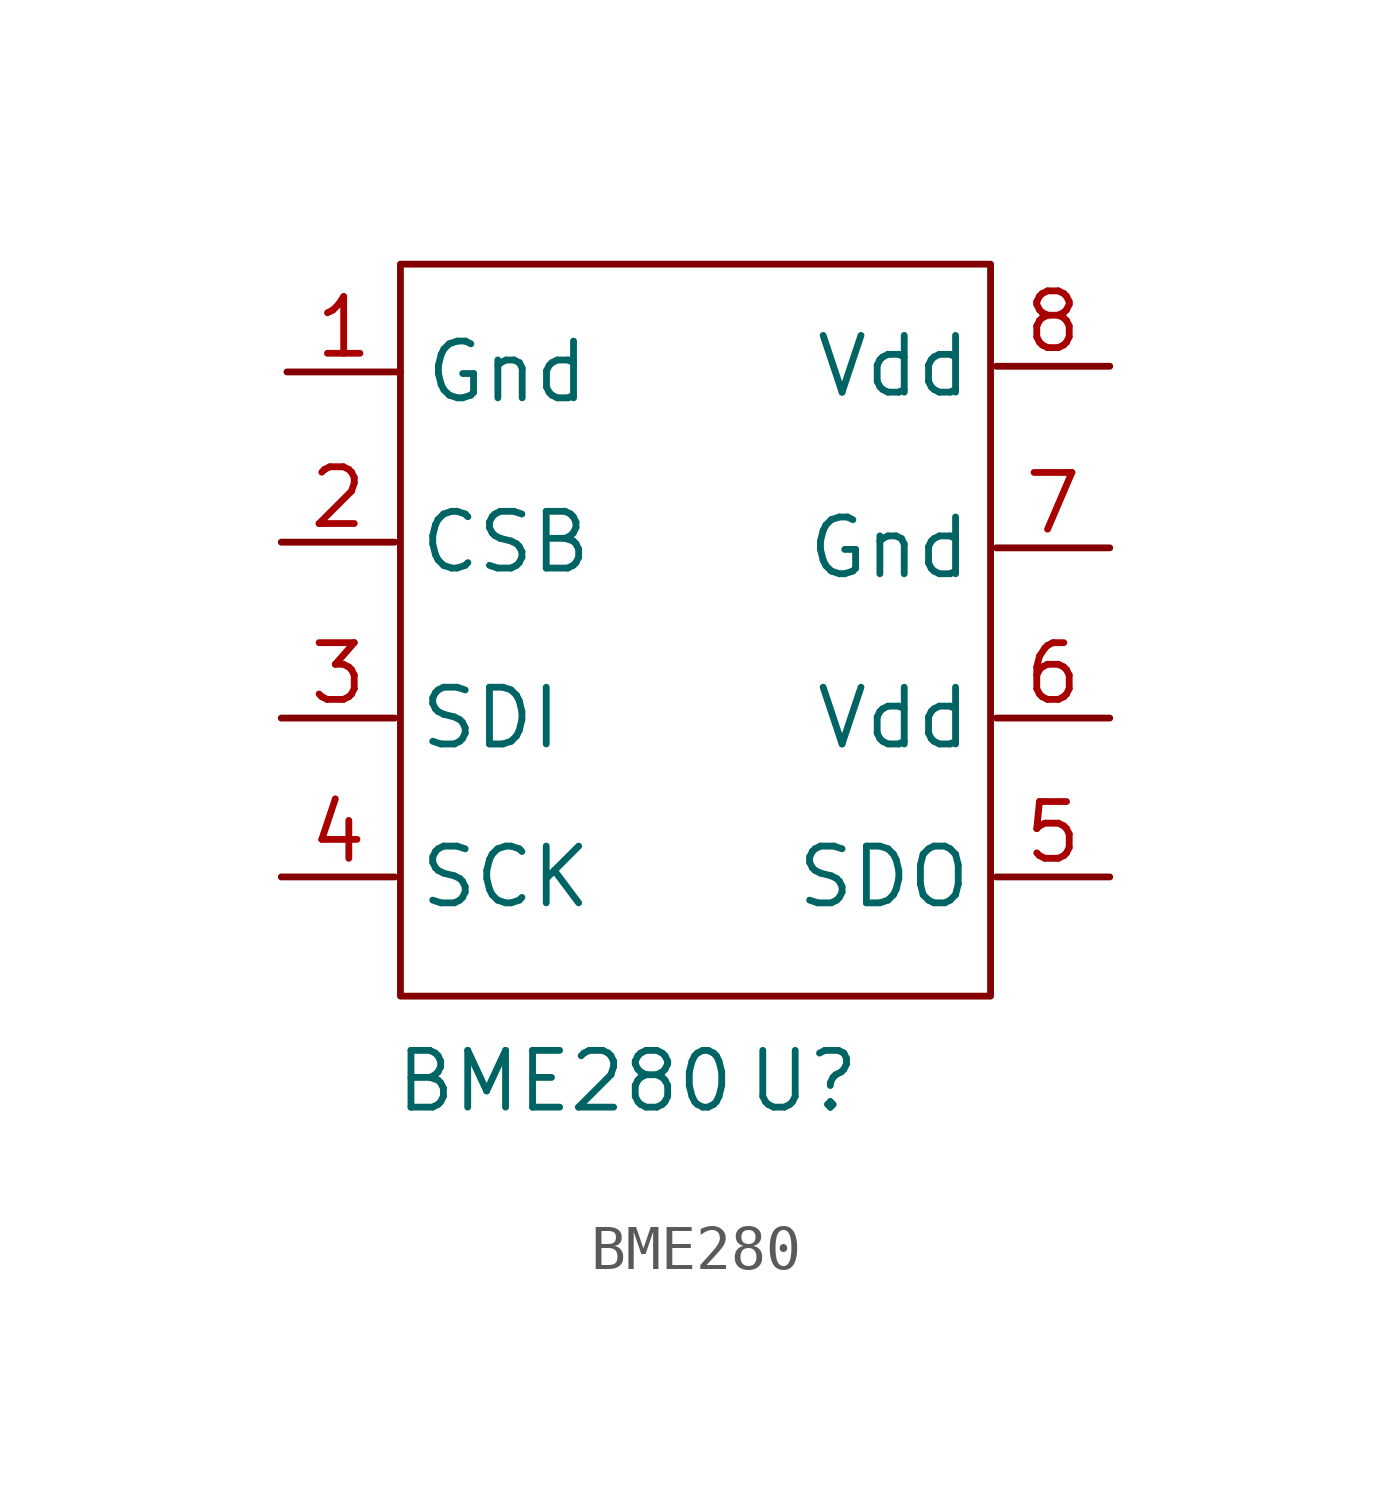
<source format=kicad_sym>
(kicad_symbol_lib
  (version 20211014)
  (generator kicad_symbol_editor)
  (symbol "BME280"
    (property "Reference" "U"
      (at 6.35 -16.002 0)
      (effects (font (size 1.27 1.27))))
    (property "Value" "BME280"
      (at 1.016 -16.002 0)
      (effects (font (size 1.27 1.27))))
    (symbol "BME280_0_1"
      (rectangle (start -2.667 2.286) (end 10.541 -14.097) (stroke (width 0) (type default) (color 0 0 0 0)) (fill (type none))))
    (symbol "BME280_1_1"
      (pin power_in line (at -5.207 -0.127 0) (length 2.54) (name "Gnd" (effects (font (size 1.27 1.27)))) (number "1" (effects (font (size 1.27 1.27)))))
      (pin bidirectional line (at -5.334 -3.937 0) (length 2.54) (name "CSB" (effects (font (size 1.27 1.27)))) (number "2" (effects (font (size 1.27 1.27)))))
      (pin bidirectional line (at -5.334 -7.874 0) (length 2.54) (name "SDI" (effects (font (size 1.27 1.27)))) (number "3" (effects (font (size 1.27 1.27)))))
      (pin bidirectional line (at -5.334 -11.43 0) (length 2.54) (name "SCK" (effects (font (size 1.27 1.27)))) (number "4" (effects (font (size 1.27 1.27)))))
      (pin bidirectional line (at 13.208 -11.43 180) (length 2.54) (name "SDO" (effects (font (size 1.27 1.27)))) (number "5" (effects (font (size 1.27 1.27)))))
      (pin bidirectional line (at 13.208 -7.874 180) (length 2.54) (name "Vdd" (effects (font (size 1.27 1.27)))) (number "6" (effects (font (size 1.27 1.27)))))
      (pin power_in line (at 13.208 -4.064 180) (length 2.54) (name "Gnd" (effects (font (size 1.27 1.27)))) (number "7" (effects (font (size 1.27 1.27)))))
      (pin power_in line (at 13.208 0 180) (length 2.54) (name "Vdd" (effects (font (size 1.27 1.27)))) (number "8" (effects (font (size 1.27 1.27))))))))
</source>
